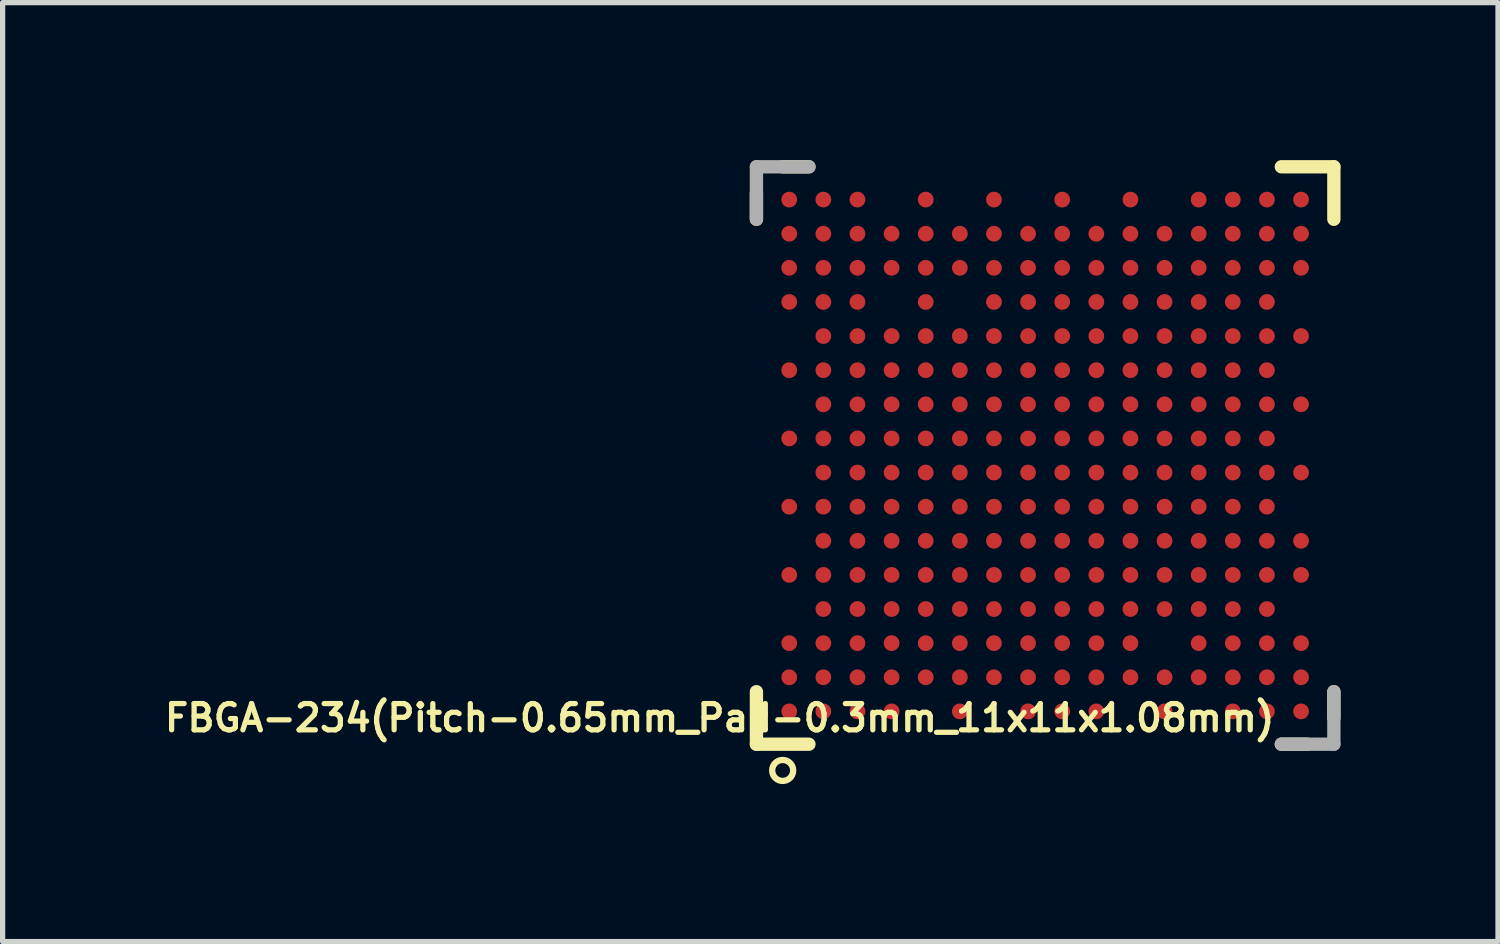
<source format=kicad_pcb>
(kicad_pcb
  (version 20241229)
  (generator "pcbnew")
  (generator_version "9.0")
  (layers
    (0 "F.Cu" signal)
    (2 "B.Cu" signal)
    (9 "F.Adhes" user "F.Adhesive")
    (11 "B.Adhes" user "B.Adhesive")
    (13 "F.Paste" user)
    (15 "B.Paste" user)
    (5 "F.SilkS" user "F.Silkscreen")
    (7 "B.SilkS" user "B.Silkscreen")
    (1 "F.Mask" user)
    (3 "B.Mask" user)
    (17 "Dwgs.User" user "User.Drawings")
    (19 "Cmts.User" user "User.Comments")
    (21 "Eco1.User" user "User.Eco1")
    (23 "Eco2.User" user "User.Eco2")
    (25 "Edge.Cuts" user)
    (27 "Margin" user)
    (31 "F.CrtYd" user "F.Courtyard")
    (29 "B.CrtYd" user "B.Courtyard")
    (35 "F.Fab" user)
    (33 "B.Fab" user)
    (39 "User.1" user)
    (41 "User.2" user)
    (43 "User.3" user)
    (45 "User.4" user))
  (footprint "FBGA-234(Pitch-0.65mm_Pad-0.3mm_11x11x1.08mm)"
    (layer "F.Cu")
    (at 16.86 5.627)
    (property "Reference" "FBGA-234(Pitch-0.65mm_Pad-0.3mm_11x11x1.08mm)" (at -6.2 5 180) (layer "F.SilkS") (effects (font (size 0.5 0.5) (thickness 0.1))))
    (attr through_hole)
    (fp_line (start -5.5 -4.5) (end -5.5 -5) (stroke (width 0.254) (type solid)) (layer "F.SilkS"))
    (fp_line (start -5.5 5.5) (end -5.5 4.5) (stroke (width 0.254) (type solid)) (layer "F.SilkS"))
    (fp_line (start -5.5 5.5) (end -4.5 5.5) (stroke (width 0.254) (type solid)) (layer "F.SilkS"))
    (fp_line (start -4.5 -5.5) (end -5 -5.5) (stroke (width 0.254) (type solid)) (layer "F.SilkS"))
    (fp_line (start 4.5 5.5) (end 5 5.5) (stroke (width 0.254) (type solid)) (layer "F.SilkS"))
    (fp_line (start 5.5 -5.5) (end 4.5 -5.5) (stroke (width 0.254) (type solid)) (layer "F.SilkS"))
    (fp_line (start 5.5 -5.5) (end 5.5 -4.5) (stroke (width 0.254) (type solid)) (layer "F.SilkS"))
    (fp_line (start 5.5 4.5) (end 5.5 5) (stroke (width 0.254) (type solid)) (layer "F.SilkS"))
    (fp_circle (center -5 6) (end -5 6.2) (stroke (width 0.12) (type solid)) (fill no) (layer "F.SilkS"))
    (fp_line (start -5.5 -5.5) (end -5.5 -4.5) (stroke (width 0.254) (type solid)) (layer "F.Fab"))
    (fp_line (start -5.5 -5.5) (end -4.5 -5.5) (stroke (width 0.254) (type solid)) (layer "F.Fab"))
    (fp_line (start 5.5 5.5) (end 4.5 5.5) (stroke (width 0.254) (type solid)) (layer "F.Fab"))
    (fp_line (start 5.5 5.5) (end 5.5 4.5) (stroke (width 0.254) (type solid)) (layer "F.Fab"))
    (pad "A1" smd circle (at -4.875 4.875 90) (size 0.3 0.3) (layers "F.Cu" "F.Mask"))
    (pad "A2" smd circle (at -4.875 4.225 90) (size 0.3 0.3) (layers "F.Cu" "F.Mask"))
    (pad "A3" smd circle (at -4.875 3.575 90) (size 0.3 0.3) (layers "F.Cu" "F.Mask"))
    (pad "A5" smd circle (at -4.875 2.275 90) (size 0.3 0.3) (layers "F.Cu" "F.Mask"))
    (pad "A7" smd circle (at -4.875 0.975 90) (size 0.3 0.3) (layers "F.Cu" "F.Mask"))
    (pad "A9" smd circle (at -4.875 -0.325 90) (size 0.3 0.3) (layers "F.Cu" "F.Mask"))
    (pad "A11" smd circle (at -4.875 -1.625 90) (size 0.3 0.3) (layers "F.Cu" "F.Mask"))
    (pad "A13" smd circle (at -4.875 -2.925 90) (size 0.3 0.3) (layers "F.Cu" "F.Mask"))
    (pad "A14" smd circle (at -4.875 -3.575 90) (size 0.3 0.3) (layers "F.Cu" "F.Mask"))
    (pad "A15" smd circle (at -4.875 -4.225 90) (size 0.3 0.3) (layers "F.Cu" "F.Mask"))
    (pad "A16" smd circle (at -4.875 -4.875 90) (size 0.3 0.3) (layers "F.Cu" "F.Mask"))
    (pad "B1" smd circle (at -4.225 4.875 90) (size 0.3 0.3) (layers "F.Cu" "F.Mask"))
    (pad "B2" smd circle (at -4.225 4.225 90) (size 0.3 0.3) (layers "F.Cu" "F.Mask"))
    (pad "B3" smd circle (at -4.225 3.575 90) (size 0.3 0.3) (layers "F.Cu" "F.Mask"))
    (pad "B4" smd circle (at -4.225 2.925 90) (size 0.3 0.3) (layers "F.Cu" "F.Mask"))
    (pad "B5" smd circle (at -4.225 2.275 90) (size 0.3 0.3) (layers "F.Cu" "F.Mask"))
    (pad "B6" smd circle (at -4.225 1.625 90) (size 0.3 0.3) (layers "F.Cu" "F.Mask"))
    (pad "B7" smd circle (at -4.225 0.975 90) (size 0.3 0.3) (layers "F.Cu" "F.Mask"))
    (pad "B8" smd circle (at -4.225 0.325 90) (size 0.3 0.3) (layers "F.Cu" "F.Mask"))
    (pad "B9" smd circle (at -4.225 -0.325 90) (size 0.3 0.3) (layers "F.Cu" "F.Mask"))
    (pad "B10" smd circle (at -4.225 -0.975 90) (size 0.3 0.3) (layers "F.Cu" "F.Mask"))
    (pad "B11" smd circle (at -4.225 -1.625 90) (size 0.3 0.3) (layers "F.Cu" "F.Mask"))
    (pad "B12" smd circle (at -4.225 -2.275 90) (size 0.3 0.3) (layers "F.Cu" "F.Mask"))
    (pad "B13" smd circle (at -4.225 -2.925 90) (size 0.3 0.3) (layers "F.Cu" "F.Mask"))
    (pad "B14" smd circle (at -4.225 -3.575 90) (size 0.3 0.3) (layers "F.Cu" "F.Mask"))
    (pad "B15" smd circle (at -4.225 -4.225 90) (size 0.3 0.3) (layers "F.Cu" "F.Mask"))
    (pad "B16" smd circle (at -4.225 -4.875 90) (size 0.3 0.3) (layers "F.Cu" "F.Mask"))
    (pad "C1" smd circle (at -3.575 4.875 90) (size 0.3 0.3) (layers "F.Cu" "F.Mask"))
    (pad "C2" smd circle (at -3.575 4.225 90) (size 0.3 0.3) (layers "F.Cu" "F.Mask"))
    (pad "C3" smd circle (at -3.575 3.575 90) (size 0.3 0.3) (layers "F.Cu" "F.Mask"))
    (pad "C4" smd circle (at -3.575 2.925 90) (size 0.3 0.3) (layers "F.Cu" "F.Mask"))
    (pad "C5" smd circle (at -3.575 2.275 90) (size 0.3 0.3) (layers "F.Cu" "F.Mask"))
    (pad "C6" smd circle (at -3.575 1.625 90) (size 0.3 0.3) (layers "F.Cu" "F.Mask"))
    (pad "C7" smd circle (at -3.575 0.975 90) (size 0.3 0.3) (layers "F.Cu" "F.Mask"))
    (pad "C8" smd circle (at -3.575 0.325 90) (size 0.3 0.3) (layers "F.Cu" "F.Mask"))
    (pad "C9" smd circle (at -3.575 -0.325 90) (size 0.3 0.3) (layers "F.Cu" "F.Mask"))
    (pad "C10" smd circle (at -3.575 -0.975 90) (size 0.3 0.3) (layers "F.Cu" "F.Mask"))
    (pad "C11" smd circle (at -3.575 -1.625 90) (size 0.3 0.3) (layers "F.Cu" "F.Mask"))
    (pad "C12" smd circle (at -3.575 -2.275 90) (size 0.3 0.3) (layers "F.Cu" "F.Mask"))
    (pad "C13" smd circle (at -3.575 -2.925 90) (size 0.3 0.3) (layers "F.Cu" "F.Mask"))
    (pad "C14" smd circle (at -3.575 -3.575 90) (size 0.3 0.3) (layers "F.Cu" "F.Mask"))
    (pad "C15" smd circle (at -3.575 -4.225 90) (size 0.3 0.3) (layers "F.Cu" "F.Mask"))
    (pad "C16" smd circle (at -3.575 -4.875 90) (size 0.3 0.3) (layers "F.Cu" "F.Mask"))
    (pad "D1" smd circle (at -2.925 4.875 90) (size 0.3 0.3) (layers "F.Cu" "F.Mask"))
    (pad "D2" smd circle (at -2.925 4.225 90) (size 0.3 0.3) (layers "F.Cu" "F.Mask"))
    (pad "D3" smd circle (at -2.925 3.575 90) (size 0.3 0.3) (layers "F.Cu" "F.Mask"))
    (pad "D4" smd circle (at -2.925 2.925 90) (size 0.3 0.3) (layers "F.Cu" "F.Mask"))
    (pad "D5" smd circle (at -2.925 2.275 90) (size 0.3 0.3) (layers "F.Cu" "F.Mask"))
    (pad "D6" smd circle (at -2.925 1.625 90) (size 0.3 0.3) (layers "F.Cu" "F.Mask"))
    (pad "D7" smd circle (at -2.925 0.975 90) (size 0.3 0.3) (layers "F.Cu" "F.Mask"))
    (pad "D8" smd circle (at -2.925 0.325 90) (size 0.3 0.3) (layers "F.Cu" "F.Mask"))
    (pad "D9" smd circle (at -2.925 -0.325 90) (size 0.3 0.3) (layers "F.Cu" "F.Mask"))
    (pad "D10" smd circle (at -2.925 -0.975 90) (size 0.3 0.3) (layers "F.Cu" "F.Mask"))
    (pad "D11" smd circle (at -2.925 -1.625 90) (size 0.3 0.3) (layers "F.Cu" "F.Mask"))
    (pad "D12" smd circle (at -2.925 -2.275 90) (size 0.3 0.3) (layers "F.Cu" "F.Mask"))
    (pad "D14" smd circle (at -2.925 -3.575 90) (size 0.3 0.3) (layers "F.Cu" "F.Mask"))
    (pad "D15" smd circle (at -2.925 -4.225 90) (size 0.3 0.3) (layers "F.Cu" "F.Mask"))
    (pad "E2" smd circle (at -2.275 4.225 90) (size 0.3 0.3) (layers "F.Cu" "F.Mask"))
    (pad "E3" smd circle (at -2.275 3.575 90) (size 0.3 0.3) (layers "F.Cu" "F.Mask"))
    (pad "E4" smd circle (at -2.275 2.925 90) (size 0.3 0.3) (layers "F.Cu" "F.Mask"))
    (pad "E5" smd circle (at -2.275 2.275 90) (size 0.3 0.3) (layers "F.Cu" "F.Mask"))
    (pad "E6" smd circle (at -2.275 1.625 90) (size 0.3 0.3) (layers "F.Cu" "F.Mask"))
    (pad "E7" smd circle (at -2.275 0.975 90) (size 0.3 0.3) (layers "F.Cu" "F.Mask"))
    (pad "E8" smd circle (at -2.275 0.325 90) (size 0.3 0.3) (layers "F.Cu" "F.Mask"))
    (pad "E9" smd circle (at -2.275 -0.325 90) (size 0.3 0.3) (layers "F.Cu" "F.Mask"))
    (pad "E10" smd circle (at -2.275 -0.975 90) (size 0.3 0.3) (layers "F.Cu" "F.Mask"))
    (pad "E11" smd circle (at -2.275 -1.625 90) (size 0.3 0.3) (layers "F.Cu" "F.Mask"))
    (pad "E12" smd circle (at -2.275 -2.275 90) (size 0.3 0.3) (layers "F.Cu" "F.Mask"))
    (pad "E13" smd circle (at -2.275 -2.925 90) (size 0.3 0.3) (layers "F.Cu" "F.Mask"))
    (pad "E14" smd circle (at -2.275 -3.575 90) (size 0.3 0.3) (layers "F.Cu" "F.Mask"))
    (pad "E15" smd circle (at -2.275 -4.225 90) (size 0.3 0.3) (layers "F.Cu" "F.Mask"))
    (pad "E16" smd circle (at -2.275 -4.875 90) (size 0.3 0.3) (layers "F.Cu" "F.Mask"))
    (pad "F1" smd circle (at -1.625 4.875 90) (size 0.3 0.3) (layers "F.Cu" "F.Mask"))
    (pad "F2" smd circle (at -1.625 4.225 90) (size 0.3 0.3) (layers "F.Cu" "F.Mask"))
    (pad "F3" smd circle (at -1.625 3.575 90) (size 0.3 0.3) (layers "F.Cu" "F.Mask"))
    (pad "F4" smd circle (at -1.625 2.925 90) (size 0.3 0.3) (layers "F.Cu" "F.Mask"))
    (pad "F5" smd circle (at -1.625 2.275 90) (size 0.3 0.3) (layers "F.Cu" "F.Mask"))
    (pad "F6" smd circle (at -1.625 1.625 90) (size 0.3 0.3) (layers "F.Cu" "F.Mask"))
    (pad "F7" smd circle (at -1.625 0.975 90) (size 0.3 0.3) (layers "F.Cu" "F.Mask"))
    (pad "F8" smd circle (at -1.625 0.325 90) (size 0.3 0.3) (layers "F.Cu" "F.Mask"))
    (pad "F9" smd circle (at -1.625 -0.325 90) (size 0.3 0.3) (layers "F.Cu" "F.Mask"))
    (pad "F10" smd circle (at -1.625 -0.975 90) (size 0.3 0.3) (layers "F.Cu" "F.Mask"))
    (pad "F11" smd circle (at -1.625 -1.625 90) (size 0.3 0.3) (layers "F.Cu" "F.Mask"))
    (pad "F12" smd circle (at -1.625 -2.275 90) (size 0.3 0.3) (layers "F.Cu" "F.Mask"))
    (pad "F14" smd circle (at -1.625 -3.575 90) (size 0.3 0.3) (layers "F.Cu" "F.Mask"))
    (pad "F15" smd circle (at -1.625 -4.225 90) (size 0.3 0.3) (layers "F.Cu" "F.Mask"))
    (pad "G2" smd circle (at -0.975 4.225 90) (size 0.3 0.3) (layers "F.Cu" "F.Mask"))
    (pad "G3" smd circle (at -0.975 3.575 90) (size 0.3 0.3) (layers "F.Cu" "F.Mask"))
    (pad "G4" smd circle (at -0.975 2.925 90) (size 0.3 0.3) (layers "F.Cu" "F.Mask"))
    (pad "G5" smd circle (at -0.975 2.275 90) (size 0.3 0.3) (layers "F.Cu" "F.Mask"))
    (pad "G6" smd circle (at -0.975 1.625 90) (size 0.3 0.3) (layers "F.Cu" "F.Mask"))
    (pad "G7" smd circle (at -0.975 0.975 90) (size 0.3 0.3) (layers "F.Cu" "F.Mask"))
    (pad "G8" smd circle (at -0.975 0.325 90) (size 0.3 0.3) (layers "F.Cu" "F.Mask"))
    (pad "G9" smd circle (at -0.975 -0.325 90) (size 0.3 0.3) (layers "F.Cu" "F.Mask"))
    (pad "G10" smd circle (at -0.975 -0.975 90) (size 0.3 0.3) (layers "F.Cu" "F.Mask"))
    (pad "G11" smd circle (at -0.975 -1.625 90) (size 0.3 0.3) (layers "F.Cu" "F.Mask"))
    (pad "G12" smd circle (at -0.975 -2.275 90) (size 0.3 0.3) (layers "F.Cu" "F.Mask"))
    (pad "G13" smd circle (at -0.975 -2.925 90) (size 0.3 0.3) (layers "F.Cu" "F.Mask"))
    (pad "G14" smd circle (at -0.975 -3.575 90) (size 0.3 0.3) (layers "F.Cu" "F.Mask"))
    (pad "G15" smd circle (at -0.975 -4.225 90) (size 0.3 0.3) (layers "F.Cu" "F.Mask"))
    (pad "G16" smd circle (at -0.975 -4.875 90) (size 0.3 0.3) (layers "F.Cu" "F.Mask"))
    (pad "H1" smd circle (at -0.325 4.875 90) (size 0.3 0.3) (layers "F.Cu" "F.Mask"))
    (pad "H2" smd circle (at -0.325 4.225 90) (size 0.3 0.3) (layers "F.Cu" "F.Mask"))
    (pad "H3" smd circle (at -0.325 3.575 90) (size 0.3 0.3) (layers "F.Cu" "F.Mask"))
    (pad "H4" smd circle (at -0.325 2.925 90) (size 0.3 0.3) (layers "F.Cu" "F.Mask"))
    (pad "H5" smd circle (at -0.325 2.275 90) (size 0.3 0.3) (layers "F.Cu" "F.Mask"))
    (pad "H6" smd circle (at -0.325 1.625 90) (size 0.3 0.3) (layers "F.Cu" "F.Mask"))
    (pad "H7" smd circle (at -0.325 0.975 90) (size 0.3 0.3) (layers "F.Cu" "F.Mask"))
    (pad "H8" smd circle (at -0.325 0.325 90) (size 0.3 0.3) (layers "F.Cu" "F.Mask"))
    (pad "H9" smd circle (at -0.325 -0.325 90) (size 0.3 0.3) (layers "F.Cu" "F.Mask"))
    (pad "H10" smd circle (at -0.325 -0.975 90) (size 0.3 0.3) (layers "F.Cu" "F.Mask"))
    (pad "H11" smd circle (at -0.325 -1.625 90) (size 0.3 0.3) (layers "F.Cu" "F.Mask"))
    (pad "H12" smd circle (at -0.325 -2.275 90) (size 0.3 0.3) (layers "F.Cu" "F.Mask"))
    (pad "H13" smd circle (at -0.325 -2.925 90) (size 0.3 0.3) (layers "F.Cu" "F.Mask"))
    (pad "H14" smd circle (at -0.325 -3.575 90) (size 0.3 0.3) (layers "F.Cu" "F.Mask"))
    (pad "H15" smd circle (at -0.325 -4.225 90) (size 0.3 0.3) (layers "F.Cu" "F.Mask"))
    (pad "J1" smd circle (at 0.325 4.875 90) (size 0.3 0.3) (layers "F.Cu" "F.Mask"))
    (pad "J2" smd circle (at 0.325 4.225 90) (size 0.3 0.3) (layers "F.Cu" "F.Mask"))
    (pad "J3" smd circle (at 0.325 3.575 90) (size 0.3 0.3) (layers "F.Cu" "F.Mask"))
    (pad "J4" smd circle (at 0.325 2.925 90) (size 0.3 0.3) (layers "F.Cu" "F.Mask"))
    (pad "J5" smd circle (at 0.325 2.275 90) (size 0.3 0.3) (layers "F.Cu" "F.Mask"))
    (pad "J6" smd circle (at 0.325 1.625 90) (size 0.3 0.3) (layers "F.Cu" "F.Mask"))
    (pad "J7" smd circle (at 0.325 0.975 90) (size 0.3 0.3) (layers "F.Cu" "F.Mask"))
    (pad "J8" smd circle (at 0.325 0.325 90) (size 0.3 0.3) (layers "F.Cu" "F.Mask"))
    (pad "J9" smd circle (at 0.325 -0.325 90) (size 0.3 0.3) (layers "F.Cu" "F.Mask"))
    (pad "J10" smd circle (at 0.325 -0.975 90) (size 0.3 0.3) (layers "F.Cu" "F.Mask"))
    (pad "J11" smd circle (at 0.325 -1.625 90) (size 0.3 0.3) (layers "F.Cu" "F.Mask"))
    (pad "J12" smd circle (at 0.325 -2.275 90) (size 0.3 0.3) (layers "F.Cu" "F.Mask"))
    (pad "J13" smd circle (at 0.325 -2.925 90) (size 0.3 0.3) (layers "F.Cu" "F.Mask"))
    (pad "J14" smd circle (at 0.325 -3.575 90) (size 0.3 0.3) (layers "F.Cu" "F.Mask"))
    (pad "J15" smd circle (at 0.325 -4.225 90) (size 0.3 0.3) (layers "F.Cu" "F.Mask"))
    (pad "J16" smd circle (at 0.325 -4.875 90) (size 0.3 0.3) (layers "F.Cu" "F.Mask"))
    (pad "K1" smd circle (at 0.975 4.875 90) (size 0.3 0.3) (layers "F.Cu" "F.Mask"))
    (pad "K2" smd circle (at 0.975 4.225 90) (size 0.3 0.3) (layers "F.Cu" "F.Mask"))
    (pad "K3" smd circle (at 0.975 3.575 90) (size 0.3 0.3) (layers "F.Cu" "F.Mask"))
    (pad "K4" smd circle (at 0.975 2.925 90) (size 0.3 0.3) (layers "F.Cu" "F.Mask"))
    (pad "K5" smd circle (at 0.975 2.275 90) (size 0.3 0.3) (layers "F.Cu" "F.Mask"))
    (pad "K6" smd circle (at 0.975 1.625 90) (size 0.3 0.3) (layers "F.Cu" "F.Mask"))
    (pad "K7" smd circle (at 0.975 0.975 90) (size 0.3 0.3) (layers "F.Cu" "F.Mask"))
    (pad "K8" smd circle (at 0.975 0.325 90) (size 0.3 0.3) (layers "F.Cu" "F.Mask"))
    (pad "K9" smd circle (at 0.975 -0.325 90) (size 0.3 0.3) (layers "F.Cu" "F.Mask"))
    (pad "K10" smd circle (at 0.975 -0.975 90) (size 0.3 0.3) (layers "F.Cu" "F.Mask"))
    (pad "K11" smd circle (at 0.975 -1.625 90) (size 0.3 0.3) (layers "F.Cu" "F.Mask"))
    (pad "K12" smd circle (at 0.975 -2.275 90) (size 0.3 0.3) (layers "F.Cu" "F.Mask"))
    (pad "K13" smd circle (at 0.975 -2.925 90) (size 0.3 0.3) (layers "F.Cu" "F.Mask"))
    (pad "K14" smd circle (at 0.975 -3.575 90) (size 0.3 0.3) (layers "F.Cu" "F.Mask"))
    (pad "K15" smd circle (at 0.975 -4.225 90) (size 0.3 0.3) (layers "F.Cu" "F.Mask"))
    (pad "L2" smd circle (at 1.625 4.225 90) (size 0.3 0.3) (layers "F.Cu" "F.Mask"))
    (pad "L3" smd circle (at 1.625 3.575 90) (size 0.3 0.3) (layers "F.Cu" "F.Mask"))
    (pad "L4" smd circle (at 1.625 2.925 90) (size 0.3 0.3) (layers "F.Cu" "F.Mask"))
    (pad "L5" smd circle (at 1.625 2.275 90) (size 0.3 0.3) (layers "F.Cu" "F.Mask"))
    (pad "L6" smd circle (at 1.625 1.625 90) (size 0.3 0.3) (layers "F.Cu" "F.Mask"))
    (pad "L7" smd circle (at 1.625 0.975 90) (size 0.3 0.3) (layers "F.Cu" "F.Mask"))
    (pad "L8" smd circle (at 1.625 0.325 90) (size 0.3 0.3) (layers "F.Cu" "F.Mask"))
    (pad "L9" smd circle (at 1.625 -0.325 90) (size 0.3 0.3) (layers "F.Cu" "F.Mask"))
    (pad "L10" smd circle (at 1.625 -0.975 90) (size 0.3 0.3) (layers "F.Cu" "F.Mask"))
    (pad "L11" smd circle (at 1.625 -1.625 90) (size 0.3 0.3) (layers "F.Cu" "F.Mask"))
    (pad "L12" smd circle (at 1.625 -2.275 90) (size 0.3 0.3) (layers "F.Cu" "F.Mask"))
    (pad "L13" smd circle (at 1.625 -2.925 90) (size 0.3 0.3) (layers "F.Cu" "F.Mask"))
    (pad "L14" smd circle (at 1.625 -3.575 90) (size 0.3 0.3) (layers "F.Cu" "F.Mask"))
    (pad "L15" smd circle (at 1.625 -4.225 90) (size 0.3 0.3) (layers "F.Cu" "F.Mask"))
    (pad "L16" smd circle (at 1.625 -4.875 90) (size 0.3 0.3) (layers "F.Cu" "F.Mask"))
    (pad "M1" smd circle (at 2.275 4.875 90) (size 0.3 0.3) (layers "F.Cu" "F.Mask"))
    (pad "M2" smd circle (at 2.275 4.225 90) (size 0.3 0.3) (layers "F.Cu" "F.Mask"))
    (pad "M4" smd circle (at 2.275 2.925 90) (size 0.3 0.3) (layers "F.Cu" "F.Mask"))
    (pad "M5" smd circle (at 2.275 2.275 90) (size 0.3 0.3) (layers "F.Cu" "F.Mask"))
    (pad "M6" smd circle (at 2.275 1.625 90) (size 0.3 0.3) (layers "F.Cu" "F.Mask"))
    (pad "M7" smd circle (at 2.275 0.975 90) (size 0.3 0.3) (layers "F.Cu" "F.Mask"))
    (pad "M8" smd circle (at 2.275 0.325 90) (size 0.3 0.3) (layers "F.Cu" "F.Mask"))
    (pad "M9" smd circle (at 2.275 -0.325 90) (size 0.3 0.3) (layers "F.Cu" "F.Mask"))
    (pad "M10" smd circle (at 2.275 -0.975 90) (size 0.3 0.3) (layers "F.Cu" "F.Mask"))
    (pad "M11" smd circle (at 2.275 -1.625 90) (size 0.3 0.3) (layers "F.Cu" "F.Mask"))
    (pad "M12" smd circle (at 2.275 -2.275 90) (size 0.3 0.3) (layers "F.Cu" "F.Mask"))
    (pad "M13" smd circle (at 2.275 -2.925 90) (size 0.3 0.3) (layers "F.Cu" "F.Mask"))
    (pad "M14" smd circle (at 2.275 -3.575 90) (size 0.3 0.3) (layers "F.Cu" "F.Mask"))
    (pad "M15" smd circle (at 2.275 -4.225 90) (size 0.3 0.3) (layers "F.Cu" "F.Mask"))
    (pad "N2" smd circle (at 2.925 4.225 90) (size 0.3 0.3) (layers "F.Cu" "F.Mask"))
    (pad "N3" smd circle (at 2.925 3.575 90) (size 0.3 0.3) (layers "F.Cu" "F.Mask"))
    (pad "N4" smd circle (at 2.925 2.925 90) (size 0.3 0.3) (layers "F.Cu" "F.Mask"))
    (pad "N5" smd circle (at 2.925 2.275 90) (size 0.3 0.3) (layers "F.Cu" "F.Mask"))
    (pad "N6" smd circle (at 2.925 1.625 90) (size 0.3 0.3) (layers "F.Cu" "F.Mask"))
    (pad "N7" smd circle (at 2.925 0.975 90) (size 0.3 0.3) (layers "F.Cu" "F.Mask"))
    (pad "N8" smd circle (at 2.925 0.325 90) (size 0.3 0.3) (layers "F.Cu" "F.Mask"))
    (pad "N9" smd circle (at 2.925 -0.325 90) (size 0.3 0.3) (layers "F.Cu" "F.Mask"))
    (pad "N10" smd circle (at 2.925 -0.975 90) (size 0.3 0.3) (layers "F.Cu" "F.Mask"))
    (pad "N11" smd circle (at 2.925 -1.625 90) (size 0.3 0.3) (layers "F.Cu" "F.Mask"))
    (pad "N12" smd circle (at 2.925 -2.275 90) (size 0.3 0.3) (layers "F.Cu" "F.Mask"))
    (pad "N13" smd circle (at 2.925 -2.925 90) (size 0.3 0.3) (layers "F.Cu" "F.Mask"))
    (pad "N14" smd circle (at 2.925 -3.575 90) (size 0.3 0.3) (layers "F.Cu" "F.Mask"))
    (pad "N15" smd circle (at 2.925 -4.225 90) (size 0.3 0.3) (layers "F.Cu" "F.Mask"))
    (pad "N16" smd circle (at 2.925 -4.875 90) (size 0.3 0.3) (layers "F.Cu" "F.Mask"))
    (pad "P1" smd circle (at 3.575 4.875 90) (size 0.3 0.3) (layers "F.Cu" "F.Mask"))
    (pad "P2" smd circle (at 3.575 4.225 90) (size 0.3 0.3) (layers "F.Cu" "F.Mask"))
    (pad "P3" smd circle (at 3.575 3.575 90) (size 0.3 0.3) (layers "F.Cu" "F.Mask"))
    (pad "P4" smd circle (at 3.575 2.925 90) (size 0.3 0.3) (layers "F.Cu" "F.Mask"))
    (pad "P5" smd circle (at 3.575 2.275 90) (size 0.3 0.3) (layers "F.Cu" "F.Mask"))
    (pad "P6" smd circle (at 3.575 1.625 90) (size 0.3 0.3) (layers "F.Cu" "F.Mask"))
    (pad "P7" smd circle (at 3.575 0.975 90) (size 0.3 0.3) (layers "F.Cu" "F.Mask"))
    (pad "P8" smd circle (at 3.575 0.325 90) (size 0.3 0.3) (layers "F.Cu" "F.Mask"))
    (pad "P9" smd circle (at 3.575 -0.325 90) (size 0.3 0.3) (layers "F.Cu" "F.Mask"))
    (pad "P10" smd circle (at 3.575 -0.975 90) (size 0.3 0.3) (layers "F.Cu" "F.Mask"))
    (pad "P11" smd circle (at 3.575 -1.625 90) (size 0.3 0.3) (layers "F.Cu" "F.Mask"))
    (pad "P12" smd circle (at 3.575 -2.275 90) (size 0.3 0.3) (layers "F.Cu" "F.Mask"))
    (pad "P13" smd circle (at 3.575 -2.925 90) (size 0.3 0.3) (layers "F.Cu" "F.Mask"))
    (pad "P14" smd circle (at 3.575 -3.575 90) (size 0.3 0.3) (layers "F.Cu" "F.Mask"))
    (pad "P15" smd circle (at 3.575 -4.225 90) (size 0.3 0.3) (layers "F.Cu" "F.Mask"))
    (pad "P16" smd circle (at 3.575 -4.875 90) (size 0.3 0.3) (layers "F.Cu" "F.Mask"))
    (pad "R1" smd circle (at 4.225 4.875 90) (size 0.3 0.3) (layers "F.Cu" "F.Mask"))
    (pad "R2" smd circle (at 4.225 4.225 90) (size 0.3 0.3) (layers "F.Cu" "F.Mask"))
    (pad "R3" smd circle (at 4.225 3.575 90) (size 0.3 0.3) (layers "F.Cu" "F.Mask"))
    (pad "R4" smd circle (at 4.225 2.925 90) (size 0.3 0.3) (layers "F.Cu" "F.Mask"))
    (pad "R5" smd circle (at 4.225 2.275 90) (size 0.3 0.3) (layers "F.Cu" "F.Mask"))
    (pad "R6" smd circle (at 4.225 1.625 90) (size 0.3 0.3) (layers "F.Cu" "F.Mask"))
    (pad "R7" smd circle (at 4.225 0.975 90) (size 0.3 0.3) (layers "F.Cu" "F.Mask"))
    (pad "R8" smd circle (at 4.225 0.325 90) (size 0.3 0.3) (layers "F.Cu" "F.Mask"))
    (pad "R9" smd circle (at 4.225 -0.325 90) (size 0.3 0.3) (layers "F.Cu" "F.Mask"))
    (pad "R10" smd circle (at 4.225 -0.975 90) (size 0.3 0.3) (layers "F.Cu" "F.Mask"))
    (pad "R11" smd circle (at 4.225 -1.625 90) (size 0.3 0.3) (layers "F.Cu" "F.Mask"))
    (pad "R12" smd circle (at 4.225 -2.275 90) (size 0.3 0.3) (layers "F.Cu" "F.Mask"))
    (pad "R13" smd circle (at 4.225 -2.925 90) (size 0.3 0.3) (layers "F.Cu" "F.Mask"))
    (pad "R14" smd circle (at 4.225 -3.575 90) (size 0.3 0.3) (layers "F.Cu" "F.Mask"))
    (pad "R15" smd circle (at 4.225 -4.225 90) (size 0.3 0.3) (layers "F.Cu" "F.Mask"))
    (pad "R16" smd circle (at 4.225 -4.875 90) (size 0.3 0.3) (layers "F.Cu" "F.Mask"))
    (pad "T1" smd circle (at 4.875 4.875 90) (size 0.3 0.3) (layers "F.Cu" "F.Mask"))
    (pad "T2" smd circle (at 4.875 4.225 90) (size 0.3 0.3) (layers "F.Cu" "F.Mask"))
    (pad "T3" smd circle (at 4.875 3.575 90) (size 0.3 0.3) (layers "F.Cu" "F.Mask"))
    (pad "T5" smd circle (at 4.875 2.275 90) (size 0.3 0.3) (layers "F.Cu" "F.Mask"))
    (pad "T6" smd circle (at 4.875 1.625 90) (size 0.3 0.3) (layers "F.Cu" "F.Mask"))
    (pad "T8" smd circle (at 4.875 0.325 90) (size 0.3 0.3) (layers "F.Cu" "F.Mask"))
    (pad "T10" smd circle (at 4.875 -0.975 90) (size 0.3 0.3) (layers "F.Cu" "F.Mask"))
    (pad "T12" smd circle (at 4.875 -2.275 90) (size 0.3 0.3) (layers "F.Cu" "F.Mask"))
    (pad "T14" smd circle (at 4.875 -3.575 90) (size 0.3 0.3) (layers "F.Cu" "F.Mask"))
    (pad "T15" smd circle (at 4.875 -4.225 90) (size 0.3 0.3) (layers "F.Cu" "F.Mask"))
    (pad "T16" smd circle (at 4.875 -4.875 90) (size 0.3 0.3) (layers "F.Cu" "F.Mask")))
  (gr_rect
    (start -3 -3)
    (end 25.487 14.887)
    (stroke (width 0.1) (type default))
    (fill no)
    (layer "Edge.Cuts")))
</source>
